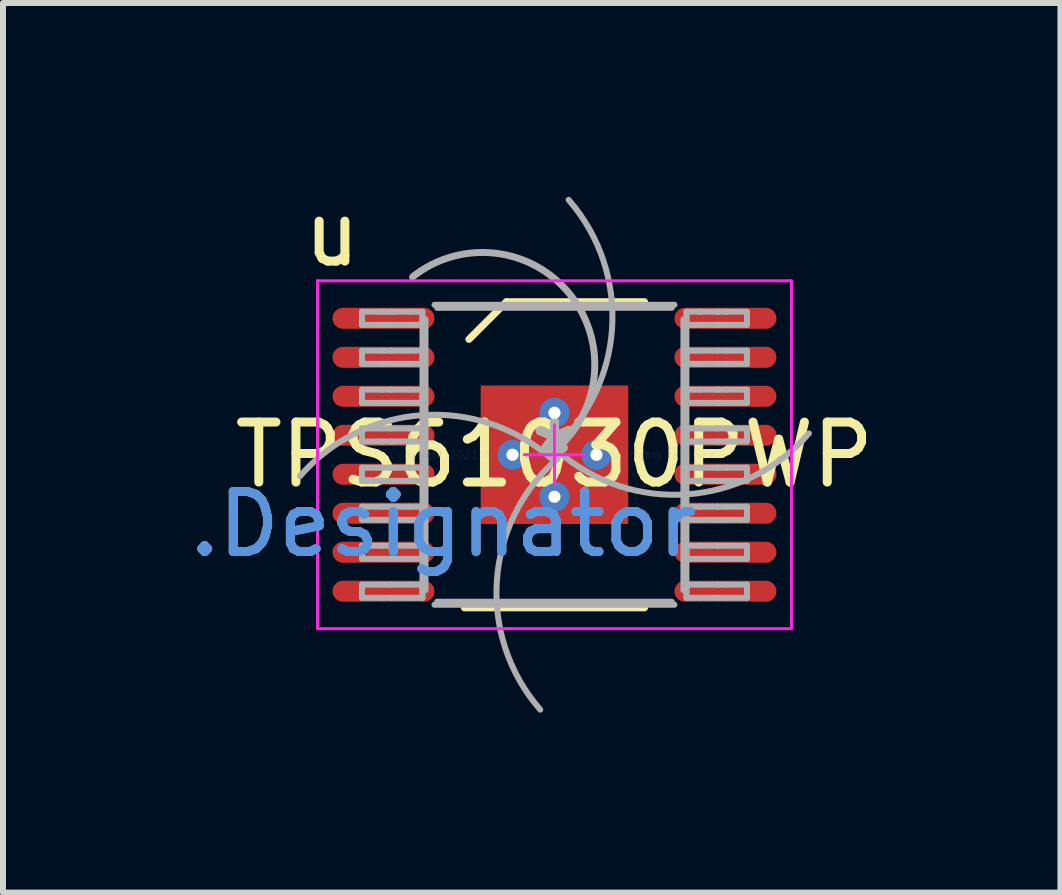
<source format=kicad_pcb>
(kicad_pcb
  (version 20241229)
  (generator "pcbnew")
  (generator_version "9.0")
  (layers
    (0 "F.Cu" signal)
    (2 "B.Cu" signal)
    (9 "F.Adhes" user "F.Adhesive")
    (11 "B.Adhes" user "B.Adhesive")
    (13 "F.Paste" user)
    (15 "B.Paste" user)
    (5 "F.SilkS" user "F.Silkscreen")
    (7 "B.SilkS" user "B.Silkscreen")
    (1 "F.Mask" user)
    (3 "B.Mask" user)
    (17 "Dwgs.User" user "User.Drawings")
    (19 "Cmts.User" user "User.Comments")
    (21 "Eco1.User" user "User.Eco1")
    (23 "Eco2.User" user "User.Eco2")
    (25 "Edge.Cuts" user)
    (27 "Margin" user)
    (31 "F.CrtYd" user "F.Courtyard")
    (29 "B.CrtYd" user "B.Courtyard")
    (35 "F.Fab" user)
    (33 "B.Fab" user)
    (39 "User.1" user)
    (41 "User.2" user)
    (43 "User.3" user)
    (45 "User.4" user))
  (footprint "TPS61030PWP"
    (layer "F.Cu")
    (at 6.193 4.531)
    (property "Reference" "TPS61030PWP" (at 0 0 0) (layer "F.SilkS") (effects (font (size 1 1) (thickness 0.15))))
    (attr through_hole)
    (fp_line (start -1.5 2.55) (end 1.5 2.55) (stroke (width 0.12) (type solid)) (layer "F.SilkS"))
    (fp_line (start -1.425 -1.925) (end -0.8 -2.55) (stroke (width 0.12) (type solid)) (layer "F.SilkS"))
    (fp_line (start -0.8 -2.55) (end 1.5 -2.55) (stroke (width 0.12) (type solid)) (layer "F.SilkS"))
    (fp_line (start -3.95 -2.9) (end 3.95 -2.9) (stroke (width 0.05) (type solid)) (layer "F.CrtYd"))
    (fp_line (start -3.95 2.9) (end -3.95 -2.9) (stroke (width 0.05) (type solid)) (layer "F.CrtYd"))
    (fp_line (start -3.95 2.9) (end 3.95 2.9) (stroke (width 0.05) (type solid)) (layer "F.CrtYd"))
    (fp_line (start -0.5 0.000003) (end 0.5 0.000003) (stroke (width 0.05) (type solid)) (layer "F.CrtYd"))
    (fp_line (start 0 0.5) (end 0 -0.5) (stroke (width 0.05) (type solid)) (layer "F.CrtYd"))
    (fp_line (start 3.95 2.9) (end 3.95 -2.9) (stroke (width 0.05) (type solid)) (layer "F.CrtYd"))
    (fp_line (start -3.209 -2.385) (end -2.871 -2.385) (stroke (width 0.1) (type solid)) (layer "F.Fab"))
    (fp_line (start -3.209 -2.165) (end -3.209 -2.385) (stroke (width 0.1) (type solid)) (layer "F.Fab"))
    (fp_line (start -3.209 -2.165) (end -2.871 -2.165) (stroke (width 0.1) (type solid)) (layer "F.Fab"))
    (fp_line (start -3.209 -1.735) (end -2.871 -1.735) (stroke (width 0.1) (type solid)) (layer "F.Fab"))
    (fp_line (start -3.209 -1.515) (end -3.209 -1.735) (stroke (width 0.1) (type solid)) (layer "F.Fab"))
    (fp_line (start -3.209 -1.515) (end -2.871 -1.515) (stroke (width 0.1) (type solid)) (layer "F.Fab"))
    (fp_line (start -3.209 -1.085) (end -2.871 -1.085) (stroke (width 0.1) (type solid)) (layer "F.Fab"))
    (fp_line (start -3.209 -0.865) (end -3.209 -1.085) (stroke (width 0.1) (type solid)) (layer "F.Fab"))
    (fp_line (start -3.209 -0.865) (end -2.871 -0.865) (stroke (width 0.1) (type solid)) (layer "F.Fab"))
    (fp_line (start -3.209 -0.44) (end -2.871 -0.44) (stroke (width 0.1) (type solid)) (layer "F.Fab"))
    (fp_line (start -3.209 -0.22) (end -3.209 -0.44) (stroke (width 0.1) (type solid)) (layer "F.Fab"))
    (fp_line (start -3.209 -0.22) (end -2.871 -0.22) (stroke (width 0.1) (type solid)) (layer "F.Fab"))
    (fp_line (start -3.209 0.215) (end -2.871 0.215) (stroke (width 0.1) (type solid)) (layer "F.Fab"))
    (fp_line (start -3.209 0.435) (end -3.209 0.215) (stroke (width 0.1) (type solid)) (layer "F.Fab"))
    (fp_line (start -3.209 0.435) (end -2.871 0.435) (stroke (width 0.1) (type solid)) (layer "F.Fab"))
    (fp_line (start -3.209 0.865) (end -2.871 0.865) (stroke (width 0.1) (type solid)) (layer "F.Fab"))
    (fp_line (start -3.209 1.085) (end -3.209 0.865) (stroke (width 0.1) (type solid)) (layer "F.Fab"))
    (fp_line (start -3.209 1.085) (end -2.871 1.085) (stroke (width 0.1) (type solid)) (layer "F.Fab"))
    (fp_line (start -3.209 1.515) (end -2.871 1.515) (stroke (width 0.1) (type solid)) (layer "F.Fab"))
    (fp_line (start -3.209 1.735) (end -3.209 1.515) (stroke (width 0.1) (type solid)) (layer "F.Fab"))
    (fp_line (start -3.209 1.735) (end -2.871 1.735) (stroke (width 0.1) (type solid)) (layer "F.Fab"))
    (fp_line (start -3.209 2.165) (end -2.871 2.165) (stroke (width 0.1) (type solid)) (layer "F.Fab"))
    (fp_line (start -3.209 2.385) (end -3.209 2.165) (stroke (width 0.1) (type solid)) (layer "F.Fab"))
    (fp_line (start -3.209 2.385) (end -2.871 2.385) (stroke (width 0.1) (type solid)) (layer "F.Fab"))
    (fp_line (start -2.871 -2.385) (end -2.723 -2.385) (stroke (width 0.1) (type solid)) (layer "F.Fab"))
    (fp_line (start -2.871 -2.165) (end -2.723 -2.165) (stroke (width 0.1) (type solid)) (layer "F.Fab"))
    (fp_line (start -2.871 -1.735) (end -2.723 -1.735) (stroke (width 0.1) (type solid)) (layer "F.Fab"))
    (fp_line (start -2.871 -1.515) (end -2.723 -1.515) (stroke (width 0.1) (type solid)) (layer "F.Fab"))
    (fp_line (start -2.871 -1.085) (end -2.723 -1.085) (stroke (width 0.1) (type solid)) (layer "F.Fab"))
    (fp_line (start -2.871 -0.865) (end -2.723 -0.865) (stroke (width 0.1) (type solid)) (layer "F.Fab"))
    (fp_line (start -2.871 -0.44) (end -2.723 -0.44) (stroke (width 0.1) (type solid)) (layer "F.Fab"))
    (fp_line (start -2.871 -0.22) (end -2.723 -0.22) (stroke (width 0.1) (type solid)) (layer "F.Fab"))
    (fp_line (start -2.871 0.215) (end -2.723 0.215) (stroke (width 0.1) (type solid)) (layer "F.Fab"))
    (fp_line (start -2.871 0.435) (end -2.723 0.435) (stroke (width 0.1) (type solid)) (layer "F.Fab"))
    (fp_line (start -2.871 0.865) (end -2.723 0.865) (stroke (width 0.1) (type solid)) (layer "F.Fab"))
    (fp_line (start -2.871 1.085) (end -2.723 1.085) (stroke (width 0.1) (type solid)) (layer "F.Fab"))
    (fp_line (start -2.871 1.515) (end -2.723 1.515) (stroke (width 0.1) (type solid)) (layer "F.Fab"))
    (fp_line (start -2.871 1.735) (end -2.723 1.735) (stroke (width 0.1) (type solid)) (layer "F.Fab"))
    (fp_line (start -2.871 2.165) (end -2.723 2.165) (stroke (width 0.1) (type solid)) (layer "F.Fab"))
    (fp_line (start -2.871 2.385) (end -2.723 2.385) (stroke (width 0.1) (type solid)) (layer "F.Fab"))
    (fp_line (start -2.723 -2.385) (end -2.714 -2.385) (stroke (width 0.1) (type solid)) (layer "F.Fab"))
    (fp_line (start -2.723 -2.165) (end -2.714 -2.165) (stroke (width 0.1) (type solid)) (layer "F.Fab"))
    (fp_line (start -2.723 -1.735) (end -2.714 -1.735) (stroke (width 0.1) (type solid)) (layer "F.Fab"))
    (fp_line (start -2.723 -1.515) (end -2.714 -1.515) (stroke (width 0.1) (type solid)) (layer "F.Fab"))
    (fp_line (start -2.723 -1.085) (end -2.714 -1.085) (stroke (width 0.1) (type solid)) (layer "F.Fab"))
    (fp_line (start -2.723 -0.865) (end -2.714 -0.865) (stroke (width 0.1) (type solid)) (layer "F.Fab"))
    (fp_line (start -2.723 -0.44) (end -2.714 -0.44) (stroke (width 0.1) (type solid)) (layer "F.Fab"))
    (fp_line (start -2.723 -0.22) (end -2.714 -0.22) (stroke (width 0.1) (type solid)) (layer "F.Fab"))
    (fp_line (start -2.723 0.215) (end -2.714 0.215) (stroke (width 0.1) (type solid)) (layer "F.Fab"))
    (fp_line (start -2.723 0.435) (end -2.714 0.435) (stroke (width 0.1) (type solid)) (layer "F.Fab"))
    (fp_line (start -2.723 0.865) (end -2.714 0.865) (stroke (width 0.1) (type solid)) (layer "F.Fab"))
    (fp_line (start -2.723 1.085) (end -2.714 1.085) (stroke (width 0.1) (type solid)) (layer "F.Fab"))
    (fp_line (start -2.723 1.515) (end -2.714 1.515) (stroke (width 0.1) (type solid)) (layer "F.Fab"))
    (fp_line (start -2.723 1.735) (end -2.714 1.735) (stroke (width 0.1) (type solid)) (layer "F.Fab"))
    (fp_line (start -2.723 2.165) (end -2.714 2.165) (stroke (width 0.1) (type solid)) (layer "F.Fab"))
    (fp_line (start -2.723 2.385) (end -2.714 2.385) (stroke (width 0.1) (type solid)) (layer "F.Fab"))
    (fp_line (start -2.714 -2.385) (end -2.429 -2.385) (stroke (width 0.1) (type solid)) (layer "F.Fab"))
    (fp_line (start -2.714 -2.165) (end -2.429 -2.165) (stroke (width 0.1) (type solid)) (layer "F.Fab"))
    (fp_line (start -2.714 -1.735) (end -2.429 -1.735) (stroke (width 0.1) (type solid)) (layer "F.Fab"))
    (fp_line (start -2.714 -1.515) (end -2.429 -1.515) (stroke (width 0.1) (type solid)) (layer "F.Fab"))
    (fp_line (start -2.714 -1.085) (end -2.429 -1.085) (stroke (width 0.1) (type solid)) (layer "F.Fab"))
    (fp_line (start -2.714 -0.865) (end -2.429 -0.865) (stroke (width 0.1) (type solid)) (layer "F.Fab"))
    (fp_line (start -2.714 -0.44) (end -2.429 -0.44) (stroke (width 0.1) (type solid)) (layer "F.Fab"))
    (fp_line (start -2.714 -0.22) (end -2.429 -0.22) (stroke (width 0.1) (type solid)) (layer "F.Fab"))
    (fp_line (start -2.714 0.215) (end -2.429 0.215) (stroke (width 0.1) (type solid)) (layer "F.Fab"))
    (fp_line (start -2.714 0.435) (end -2.429 0.435) (stroke (width 0.1) (type solid)) (layer "F.Fab"))
    (fp_line (start -2.714 0.865) (end -2.429 0.865) (stroke (width 0.1) (type solid)) (layer "F.Fab"))
    (fp_line (start -2.714 1.085) (end -2.429 1.085) (stroke (width 0.1) (type solid)) (layer "F.Fab"))
    (fp_line (start -2.714 1.515) (end -2.429 1.515) (stroke (width 0.1) (type solid)) (layer "F.Fab"))
    (fp_line (start -2.714 1.735) (end -2.429 1.735) (stroke (width 0.1) (type solid)) (layer "F.Fab"))
    (fp_line (start -2.714 2.165) (end -2.429 2.165) (stroke (width 0.1) (type solid)) (layer "F.Fab"))
    (fp_line (start -2.714 2.385) (end -2.429 2.385) (stroke (width 0.1) (type solid)) (layer "F.Fab"))
    (fp_line (start -2.429 -2.385) (end -2.2 -2.385) (stroke (width 0.1) (type solid)) (layer "F.Fab"))
    (fp_line (start -2.429 -2.165) (end -2.2 -2.165) (stroke (width 0.1) (type solid)) (layer "F.Fab"))
    (fp_line (start -2.429 -1.735) (end -2.2 -1.735) (stroke (width 0.1) (type solid)) (layer "F.Fab"))
    (fp_line (start -2.429 -1.515) (end -2.2 -1.515) (stroke (width 0.1) (type solid)) (layer "F.Fab"))
    (fp_line (start -2.429 -1.085) (end -2.2 -1.085) (stroke (width 0.1) (type solid)) (layer "F.Fab"))
    (fp_line (start -2.429 -0.865) (end -2.2 -0.865) (stroke (width 0.1) (type solid)) (layer "F.Fab"))
    (fp_line (start -2.429 -0.44) (end -2.2 -0.44) (stroke (width 0.1) (type solid)) (layer "F.Fab"))
    (fp_line (start -2.429 -0.22) (end -2.2 -0.22) (stroke (width 0.1) (type solid)) (layer "F.Fab"))
    (fp_line (start -2.429 0.215) (end -2.2 0.215) (stroke (width 0.1) (type solid)) (layer "F.Fab"))
    (fp_line (start -2.429 0.435) (end -2.2 0.435) (stroke (width 0.1) (type solid)) (layer "F.Fab"))
    (fp_line (start -2.429 0.865) (end -2.2 0.865) (stroke (width 0.1) (type solid)) (layer "F.Fab"))
    (fp_line (start -2.429 1.085) (end -2.2 1.085) (stroke (width 0.1) (type solid)) (layer "F.Fab"))
    (fp_line (start -2.429 1.515) (end -2.2 1.515) (stroke (width 0.1) (type solid)) (layer "F.Fab"))
    (fp_line (start -2.429 1.735) (end -2.2 1.735) (stroke (width 0.1) (type solid)) (layer "F.Fab"))
    (fp_line (start -2.429 2.165) (end -2.2 2.165) (stroke (width 0.1) (type solid)) (layer "F.Fab"))
    (fp_line (start -2.429 2.385) (end -2.2 2.385) (stroke (width 0.1) (type solid)) (layer "F.Fab"))
    (fp_line (start -2.2 -2.165) (end -2.2 -2.385) (stroke (width 0.1) (type solid)) (layer "F.Fab"))
    (fp_line (start -2.2 -1.515) (end -2.2 -1.735) (stroke (width 0.1) (type solid)) (layer "F.Fab"))
    (fp_line (start -2.2 -0.865) (end -2.2 -1.085) (stroke (width 0.1) (type solid)) (layer "F.Fab"))
    (fp_line (start -2.2 -0.22) (end -2.2 -0.44) (stroke (width 0.1) (type solid)) (layer "F.Fab"))
    (fp_line (start -2.2 0.435) (end -2.2 0.215) (stroke (width 0.1) (type solid)) (layer "F.Fab"))
    (fp_line (start -2.2 1.085) (end -2.2 0.865) (stroke (width 0.1) (type solid)) (layer "F.Fab"))
    (fp_line (start -2.2 1.735) (end -2.2 1.515) (stroke (width 0.1) (type solid)) (layer "F.Fab"))
    (fp_line (start -2.2 2.3) (end -2.2 -2.3) (stroke (width 0.1) (type solid)) (layer "F.Fab"))
    (fp_line (start -2.2 2.385) (end -2.2 2.165) (stroke (width 0.1) (type solid)) (layer "F.Fab"))
    (fp_line (start -2.15 2.256) (end -2.15 -2.256) (stroke (width 0.1) (type solid)) (layer "F.Fab"))
    (fp_line (start -2 -2.5) (end 2 -2.5) (stroke (width 0.1) (type solid)) (layer "F.Fab"))
    (fp_line (start -2 2.5) (end 2 2.5) (stroke (width 0.1) (type solid)) (layer "F.Fab"))
    (fp_line (start -1.956 -2.45) (end 1.956 -2.45) (stroke (width 0.1) (type solid)) (layer "F.Fab"))
    (fp_line (start -1.956 2.45) (end 1.956 2.45) (stroke (width 0.1) (type solid)) (layer "F.Fab"))
    (fp_line (start 2.15 2.256) (end 2.15 -2.256) (stroke (width 0.1) (type solid)) (layer "F.Fab"))
    (fp_line (start 2.2 -2.385) (end 2.429 -2.385) (stroke (width 0.1) (type solid)) (layer "F.Fab"))
    (fp_line (start 2.2 -2.165) (end 2.2 -2.385) (stroke (width 0.1) (type solid)) (layer "F.Fab"))
    (fp_line (start 2.2 -2.165) (end 2.429 -2.165) (stroke (width 0.1) (type solid)) (layer "F.Fab"))
    (fp_line (start 2.2 -1.735) (end 2.429 -1.735) (stroke (width 0.1) (type solid)) (layer "F.Fab"))
    (fp_line (start 2.2 -1.515) (end 2.2 -1.735) (stroke (width 0.1) (type solid)) (layer "F.Fab"))
    (fp_line (start 2.2 -1.515) (end 2.429 -1.515) (stroke (width 0.1) (type solid)) (layer "F.Fab"))
    (fp_line (start 2.2 -1.085) (end 2.429 -1.085) (stroke (width 0.1) (type solid)) (layer "F.Fab"))
    (fp_line (start 2.2 -0.865) (end 2.2 -1.085) (stroke (width 0.1) (type solid)) (layer "F.Fab"))
    (fp_line (start 2.2 -0.865) (end 2.429 -0.865) (stroke (width 0.1) (type solid)) (layer "F.Fab"))
    (fp_line (start 2.2 -0.44) (end 2.429 -0.44) (stroke (width 0.1) (type solid)) (layer "F.Fab"))
    (fp_line (start 2.2 -0.22) (end 2.2 -0.44) (stroke (width 0.1) (type solid)) (layer "F.Fab"))
    (fp_line (start 2.2 -0.22) (end 2.429 -0.22) (stroke (width 0.1) (type solid)) (layer "F.Fab"))
    (fp_line (start 2.2 0.215) (end 2.429 0.215) (stroke (width 0.1) (type solid)) (layer "F.Fab"))
    (fp_line (start 2.2 0.435) (end 2.2 0.215) (stroke (width 0.1) (type solid)) (layer "F.Fab"))
    (fp_line (start 2.2 0.435) (end 2.429 0.435) (stroke (width 0.1) (type solid)) (layer "F.Fab"))
    (fp_line (start 2.2 0.865) (end 2.429 0.865) (stroke (width 0.1) (type solid)) (layer "F.Fab"))
    (fp_line (start 2.2 1.085) (end 2.2 0.865) (stroke (width 0.1) (type solid)) (layer "F.Fab"))
    (fp_line (start 2.2 1.085) (end 2.429 1.085) (stroke (width 0.1) (type solid)) (layer "F.Fab"))
    (fp_line (start 2.2 1.515) (end 2.429 1.515) (stroke (width 0.1) (type solid)) (layer "F.Fab"))
    (fp_line (start 2.2 1.735) (end 2.2 1.515) (stroke (width 0.1) (type solid)) (layer "F.Fab"))
    (fp_line (start 2.2 1.735) (end 2.429 1.735) (stroke (width 0.1) (type solid)) (layer "F.Fab"))
    (fp_line (start 2.2 2.165) (end 2.429 2.165) (stroke (width 0.1) (type solid)) (layer "F.Fab"))
    (fp_line (start 2.2 2.3) (end 2.2 -2.3) (stroke (width 0.1) (type solid)) (layer "F.Fab"))
    (fp_line (start 2.2 2.385) (end 2.2 2.165) (stroke (width 0.1) (type solid)) (layer "F.Fab"))
    (fp_line (start 2.2 2.385) (end 2.429 2.385) (stroke (width 0.1) (type solid)) (layer "F.Fab"))
    (fp_line (start 2.429 -2.385) (end 2.714 -2.385) (stroke (width 0.1) (type solid)) (layer "F.Fab"))
    (fp_line (start 2.429 -2.165) (end 2.714 -2.165) (stroke (width 0.1) (type solid)) (layer "F.Fab"))
    (fp_line (start 2.429 -1.735) (end 2.714 -1.735) (stroke (width 0.1) (type solid)) (layer "F.Fab"))
    (fp_line (start 2.429 -1.515) (end 2.714 -1.515) (stroke (width 0.1) (type solid)) (layer "F.Fab"))
    (fp_line (start 2.429 -1.085) (end 2.714 -1.085) (stroke (width 0.1) (type solid)) (layer "F.Fab"))
    (fp_line (start 2.429 -0.865) (end 2.714 -0.865) (stroke (width 0.1) (type solid)) (layer "F.Fab"))
    (fp_line (start 2.429 -0.44) (end 2.714 -0.44) (stroke (width 0.1) (type solid)) (layer "F.Fab"))
    (fp_line (start 2.429 -0.22) (end 2.714 -0.22) (stroke (width 0.1) (type solid)) (layer "F.Fab"))
    (fp_line (start 2.429 0.215) (end 2.714 0.215) (stroke (width 0.1) (type solid)) (layer "F.Fab"))
    (fp_line (start 2.429 0.435) (end 2.714 0.435) (stroke (width 0.1) (type solid)) (layer "F.Fab"))
    (fp_line (start 2.429 0.865) (end 2.714 0.865) (stroke (width 0.1) (type solid)) (layer "F.Fab"))
    (fp_line (start 2.429 1.085) (end 2.714 1.085) (stroke (width 0.1) (type solid)) (layer "F.Fab"))
    (fp_line (start 2.429 1.515) (end 2.714 1.515) (stroke (width 0.1) (type solid)) (layer "F.Fab"))
    (fp_line (start 2.429 1.735) (end 2.714 1.735) (stroke (width 0.1) (type solid)) (layer "F.Fab"))
    (fp_line (start 2.429 2.165) (end 2.714 2.165) (stroke (width 0.1) (type solid)) (layer "F.Fab"))
    (fp_line (start 2.429 2.385) (end 2.714 2.385) (stroke (width 0.1) (type solid)) (layer "F.Fab"))
    (fp_line (start 2.714 -2.385) (end 2.723 -2.385) (stroke (width 0.1) (type solid)) (layer "F.Fab"))
    (fp_line (start 2.714 -2.165) (end 2.723 -2.165) (stroke (width 0.1) (type solid)) (layer "F.Fab"))
    (fp_line (start 2.714 -1.735) (end 2.723 -1.735) (stroke (width 0.1) (type solid)) (layer "F.Fab"))
    (fp_line (start 2.714 -1.515) (end 2.723 -1.515) (stroke (width 0.1) (type solid)) (layer "F.Fab"))
    (fp_line (start 2.714 -1.085) (end 2.723 -1.085) (stroke (width 0.1) (type solid)) (layer "F.Fab"))
    (fp_line (start 2.714 -0.865) (end 2.723 -0.865) (stroke (width 0.1) (type solid)) (layer "F.Fab"))
    (fp_line (start 2.714 -0.44) (end 2.723 -0.44) (stroke (width 0.1) (type solid)) (layer "F.Fab"))
    (fp_line (start 2.714 -0.22) (end 2.723 -0.22) (stroke (width 0.1) (type solid)) (layer "F.Fab"))
    (fp_line (start 2.714 0.215) (end 2.723 0.215) (stroke (width 0.1) (type solid)) (layer "F.Fab"))
    (fp_line (start 2.714 0.435) (end 2.723 0.435) (stroke (width 0.1) (type solid)) (layer "F.Fab"))
    (fp_line (start 2.714 0.865) (end 2.723 0.865) (stroke (width 0.1) (type solid)) (layer "F.Fab"))
    (fp_line (start 2.714 1.085) (end 2.723 1.085) (stroke (width 0.1) (type solid)) (layer "F.Fab"))
    (fp_line (start 2.714 1.515) (end 2.723 1.515) (stroke (width 0.1) (type solid)) (layer "F.Fab"))
    (fp_line (start 2.714 1.735) (end 2.723 1.735) (stroke (width 0.1) (type solid)) (layer "F.Fab"))
    (fp_line (start 2.714 2.165) (end 2.723 2.165) (stroke (width 0.1) (type solid)) (layer "F.Fab"))
    (fp_line (start 2.714 2.385) (end 2.723 2.385) (stroke (width 0.1) (type solid)) (layer "F.Fab"))
    (fp_line (start 2.723 -2.385) (end 2.871 -2.385) (stroke (width 0.1) (type solid)) (layer "F.Fab"))
    (fp_line (start 2.723 -2.165) (end 2.871 -2.165) (stroke (width 0.1) (type solid)) (layer "F.Fab"))
    (fp_line (start 2.723 -1.735) (end 2.871 -1.735) (stroke (width 0.1) (type solid)) (layer "F.Fab"))
    (fp_line (start 2.723 -1.515) (end 2.871 -1.515) (stroke (width 0.1) (type solid)) (layer "F.Fab"))
    (fp_line (start 2.723 -1.085) (end 2.871 -1.085) (stroke (width 0.1) (type solid)) (layer "F.Fab"))
    (fp_line (start 2.723 -0.865) (end 2.871 -0.865) (stroke (width 0.1) (type solid)) (layer "F.Fab"))
    (fp_line (start 2.723 -0.44) (end 2.871 -0.44) (stroke (width 0.1) (type solid)) (layer "F.Fab"))
    (fp_line (start 2.723 -0.22) (end 2.871 -0.22) (stroke (width 0.1) (type solid)) (layer "F.Fab"))
    (fp_line (start 2.723 0.215) (end 2.871 0.215) (stroke (width 0.1) (type solid)) (layer "F.Fab"))
    (fp_line (start 2.723 0.435) (end 2.871 0.435) (stroke (width 0.1) (type solid)) (layer "F.Fab"))
    (fp_line (start 2.723 0.865) (end 2.871 0.865) (stroke (width 0.1) (type solid)) (layer "F.Fab"))
    (fp_line (start 2.723 1.085) (end 2.871 1.085) (stroke (width 0.1) (type solid)) (layer "F.Fab"))
    (fp_line (start 2.723 1.515) (end 2.871 1.515) (stroke (width 0.1) (type solid)) (layer "F.Fab"))
    (fp_line (start 2.723 1.735) (end 2.871 1.735) (stroke (width 0.1) (type solid)) (layer "F.Fab"))
    (fp_line (start 2.723 2.165) (end 2.871 2.165) (stroke (width 0.1) (type solid)) (layer "F.Fab"))
    (fp_line (start 2.723 2.385) (end 2.871 2.385) (stroke (width 0.1) (type solid)) (layer "F.Fab"))
    (fp_line (start 2.871 -2.385) (end 3.209 -2.385) (stroke (width 0.1) (type solid)) (layer "F.Fab"))
    (fp_line (start 2.871 -2.165) (end 3.209 -2.165) (stroke (width 0.1) (type solid)) (layer "F.Fab"))
    (fp_line (start 2.871 -1.735) (end 3.209 -1.735) (stroke (width 0.1) (type solid)) (layer "F.Fab"))
    (fp_line (start 2.871 -1.515) (end 3.209 -1.515) (stroke (width 0.1) (type solid)) (layer "F.Fab"))
    (fp_line (start 2.871 -1.085) (end 3.209 -1.085) (stroke (width 0.1) (type solid)) (layer "F.Fab"))
    (fp_line (start 2.871 -0.865) (end 3.209 -0.865) (stroke (width 0.1) (type solid)) (layer "F.Fab"))
    (fp_line (start 2.871 -0.44) (end 3.209 -0.44) (stroke (width 0.1) (type solid)) (layer "F.Fab"))
    (fp_line (start 2.871 -0.22) (end 3.209 -0.22) (stroke (width 0.1) (type solid)) (layer "F.Fab"))
    (fp_line (start 2.871 0.215) (end 3.209 0.215) (stroke (width 0.1) (type solid)) (layer "F.Fab"))
    (fp_line (start 2.871 0.435) (end 3.209 0.435) (stroke (width 0.1) (type solid)) (layer "F.Fab"))
    (fp_line (start 2.871 0.865) (end 3.209 0.865) (stroke (width 0.1) (type solid)) (layer "F.Fab"))
    (fp_line (start 2.871 1.085) (end 3.209 1.085) (stroke (width 0.1) (type solid)) (layer "F.Fab"))
    (fp_line (start 2.871 1.515) (end 3.209 1.515) (stroke (width 0.1) (type solid)) (layer "F.Fab"))
    (fp_line (start 2.871 1.735) (end 3.209 1.735) (stroke (width 0.1) (type solid)) (layer "F.Fab"))
    (fp_line (start 2.871 2.165) (end 3.209 2.165) (stroke (width 0.1) (type solid)) (layer "F.Fab"))
    (fp_line (start 2.871 2.385) (end 3.209 2.385) (stroke (width 0.1) (type solid)) (layer "F.Fab"))
    (fp_line (start 3.209 -2.165) (end 3.209 -2.385) (stroke (width 0.1) (type solid)) (layer "F.Fab"))
    (fp_line (start 3.209 -1.515) (end 3.209 -1.735) (stroke (width 0.1) (type solid)) (layer "F.Fab"))
    (fp_line (start 3.209 -0.865) (end 3.209 -1.085) (stroke (width 0.1) (type solid)) (layer "F.Fab"))
    (fp_line (start 3.209 -0.22) (end 3.209 -0.44) (stroke (width 0.1) (type solid)) (layer "F.Fab"))
    (fp_line (start 3.209 0.435) (end 3.209 0.215) (stroke (width 0.1) (type solid)) (layer "F.Fab"))
    (fp_line (start 3.209 1.085) (end 3.209 0.865) (stroke (width 0.1) (type solid)) (layer "F.Fab"))
    (fp_line (start 3.209 1.735) (end 3.209 1.515) (stroke (width 0.1) (type solid)) (layer "F.Fab"))
    (fp_line (start 3.209 2.385) (end 3.209 2.165) (stroke (width 0.1) (type solid)) (layer "F.Fab"))
    (fp_arc (start -4.241584 0.355883) (mid -2.210339 -0.659737) (end -0.05588 0.05842) (stroke (width 0.1) (type solid)) (layer "F.Fab"))
    (fp_arc (start -2.369526 -2.972094) (mid 0.272074 -2.66954) (end -0.03048 -0.02794) (stroke (width 0.1) (type solid)) (layer "F.Fab"))
    (fp_arc (start -2.369526 -2.951774) (mid 0.251754 -2.66954) (end -0.03048 -0.04826) (stroke (width 0.1) (type solid)) (layer "F.Fab"))
    (fp_arc (start -0.236509 4.249191) (mid -0.959739 2.096842) (end 0.0508 0.0635) (stroke (width 0.1) (type solid)) (layer "F.Fab"))
    (fp_arc (start 0.236512 -4.249221) (mid 0.959748 -2.096856) (end -0.0508 -0.0635) (stroke (width 0.1) (type solid)) (layer "F.Fab"))
    (fp_arc (start 4.241587 -0.355905) (mid 2.210345 0.659726) (end 0.05588 -0.05842) (stroke (width 0.1) (type solid)) (layer "F.Fab"))
    (fp_text user "*" (at 0 0 0) (layer "F.SilkS") (effects (font (size 1 1) (thickness 0.15))))
    (fp_text user "u" (at -3.708 -3.683 0) (layer "F.SilkS") (effects (font (size 1 1) (thickness 0.15))))
    (fp_text user "Copyright 2021 Accelerated Designs. All rights reserved." (at 0 0 0) (layer "Cmts.User") (effects (font (size 0.127 0.127) (thickness 0.002))))
    (fp_text user ".Designator" (at -1.854 1.158 0) (layer "Cmts.User") (effects (font (size 1 1) (thickness 0.15))))
    (fp_text user "*" (at 0 0 0) (layer "F.Fab") (effects (font (size 1 1) (thickness 0.15))))
    (fp_text user ".Designator" (at -1.854 1.158 0) (layer "F.Fab") (effects (font (size 1 1) (thickness 0.15))))
    (pad "1" smd oval (at -2.85 -2.275 90) (size 0.35 1.7) (layers "F.Cu" "F.Mask" "F.Paste"))
    (pad "2" smd oval (at -2.85 -1.625 90) (size 0.35 1.7) (layers "F.Cu" "F.Mask" "F.Paste"))
    (pad "3" smd oval (at -2.85 -0.975 90) (size 0.35 1.7) (layers "F.Cu" "F.Mask" "F.Paste"))
    (pad "4" smd oval (at -2.85 -0.325 90) (size 0.35 1.7) (layers "F.Cu" "F.Mask" "F.Paste"))
    (pad "5" smd oval (at -2.85 0.325 90) (size 0.35 1.7) (layers "F.Cu" "F.Mask" "F.Paste"))
    (pad "6" smd oval (at -2.85 0.975 90) (size 0.35 1.7) (layers "F.Cu" "F.Mask" "F.Paste"))
    (pad "7" smd oval (at -2.85 1.625 90) (size 0.35 1.7) (layers "F.Cu" "F.Mask" "F.Paste"))
    (pad "8" smd oval (at -2.85 2.275 90) (size 0.35 1.7) (layers "F.Cu" "F.Mask" "F.Paste"))
    (pad "9" smd oval (at 2.85 2.275 90) (size 0.35 1.7) (layers "F.Cu" "F.Mask" "F.Paste"))
    (pad "10" smd oval (at 2.85 1.625 90) (size 0.35 1.7) (layers "F.Cu" "F.Mask" "F.Paste"))
    (pad "11" smd oval (at 2.85 0.975 90) (size 0.35 1.7) (layers "F.Cu" "F.Mask" "F.Paste"))
    (pad "12" smd oval (at 2.85 0.325 90) (size 0.35 1.7) (layers "F.Cu" "F.Mask" "F.Paste"))
    (pad "13" smd oval (at 2.85 -0.325 90) (size 0.35 1.7) (layers "F.Cu" "F.Mask" "F.Paste"))
    (pad "14" smd oval (at 2.85 -0.975 90) (size 0.35 1.7) (layers "F.Cu" "F.Mask" "F.Paste"))
    (pad "15" smd oval (at 2.85 -1.625 90) (size 0.35 1.7) (layers "F.Cu" "F.Mask" "F.Paste"))
    (pad "16" smd oval (at 2.85 -2.275 90) (size 0.35 1.7) (layers "F.Cu" "F.Mask" "F.Paste"))
    (pad "17" smd rect (at 0 0) (size 2.46 2.31) (layers "F.Cu" "F.Mask" "F.Paste"))
    (pad "V" thru_hole circle (at -0.7 0) (size 0.5 0.5) (drill 0.203) (layers "*.Cu" "*.Mask"))
    (pad "V" thru_hole circle (at 0 -0.7) (size 0.5 0.5) (drill 0.203) (layers "*.Cu" "*.Mask"))
    (pad "V" thru_hole circle (at 0 0.7) (size 0.5 0.5) (drill 0.203) (layers "*.Cu" "*.Mask"))
    (pad "V" thru_hole circle (at 0.7 0) (size 0.5 0.5) (drill 0.203) (layers "*.Cu" "*.Mask")))
  (gr_rect
    (start -3 -3)
    (end 14.628 11.83)
    (stroke (width 0.1) (type default))
    (fill no)
    (layer "Edge.Cuts")))
</source>
